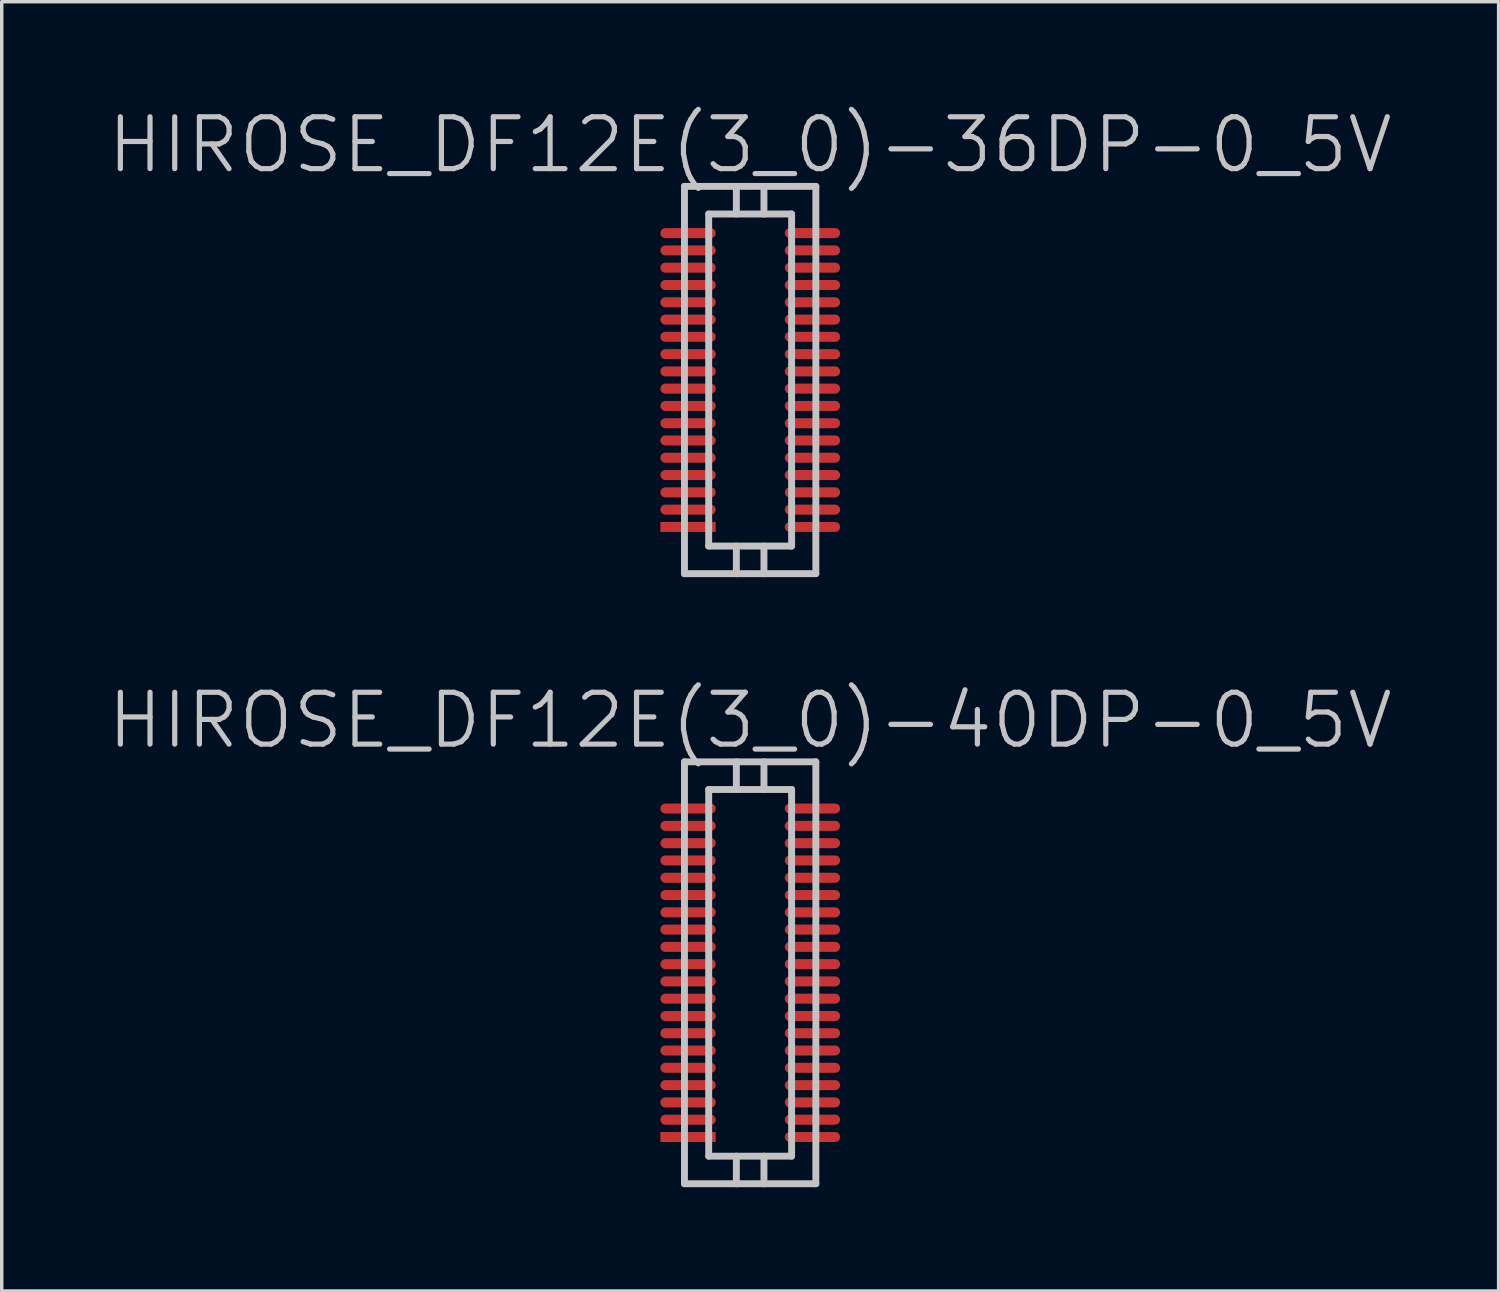
<source format=kicad_pcb>
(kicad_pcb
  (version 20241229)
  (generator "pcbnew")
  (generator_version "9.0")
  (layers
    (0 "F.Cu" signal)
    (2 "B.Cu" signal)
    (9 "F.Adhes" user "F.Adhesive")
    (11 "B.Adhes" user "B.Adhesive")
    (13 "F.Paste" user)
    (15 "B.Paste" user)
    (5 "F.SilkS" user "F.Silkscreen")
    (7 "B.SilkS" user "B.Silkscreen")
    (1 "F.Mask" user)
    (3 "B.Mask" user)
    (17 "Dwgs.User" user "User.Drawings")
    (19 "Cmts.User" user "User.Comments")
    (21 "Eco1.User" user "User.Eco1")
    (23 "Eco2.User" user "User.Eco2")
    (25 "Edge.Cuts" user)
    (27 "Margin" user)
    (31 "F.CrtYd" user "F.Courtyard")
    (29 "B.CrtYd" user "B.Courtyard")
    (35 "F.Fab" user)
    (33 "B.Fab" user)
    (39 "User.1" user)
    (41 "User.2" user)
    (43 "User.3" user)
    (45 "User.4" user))
  (footprint "HIROSE_DF12E(3_0)-36DP-0_5V"
    (layer "F.Cu")
    (at 18.646 7.941)
    (property "Reference" "HIROSE_DF12E(3_0)-36DP-0_5V" (at 0 -6.8 180) (layer "Dwgs.User") (effects (font (size 1.5 1.5) (thickness 0.15))))
    (attr smd)
    (fp_line (start -1.9 5.601) (end -1.9 -5.601) (stroke (width 0.2) (type solid)) (layer "Dwgs.User"))
    (fp_line (start -1.9 5.601) (end 1.9 5.601) (stroke (width 0.2) (type solid)) (layer "Dwgs.User"))
    (fp_line (start -1.199 -4.801) (end -1.199 4.801) (stroke (width 0.2) (type solid)) (layer "Dwgs.User"))
    (fp_line (start -1.199 -4.801) (end 1.199 -4.801) (stroke (width 0.2) (type solid)) (layer "Dwgs.User"))
    (fp_line (start -0.399 -4.801) (end -0.399 -5.601) (stroke (width 0.2) (type solid)) (layer "Dwgs.User"))
    (fp_line (start -0.399 5.603) (end -0.399 4.803) (stroke (width 0.2) (type solid)) (layer "Dwgs.User"))
    (fp_line (start 0.399 -4.801) (end 0.399 -5.601) (stroke (width 0.2) (type solid)) (layer "Dwgs.User"))
    (fp_line (start 0.399 4.803) (end 0.399 5.603) (stroke (width 0.2) (type solid)) (layer "Dwgs.User"))
    (fp_line (start 1.199 4.801) (end 1.199 -4.801) (stroke (width 0.2) (type solid)) (layer "Dwgs.User"))
    (fp_line (start 1.199 4.803) (end -1.199 4.803) (stroke (width 0.2) (type solid)) (layer "Dwgs.User"))
    (fp_line (start 1.9 -5.601) (end -1.9 -5.601) (stroke (width 0.2) (type solid)) (layer "Dwgs.User"))
    (fp_line (start 1.9 -5.601) (end 1.9 5.601) (stroke (width 0.2) (type solid)) (layer "Dwgs.User"))
    (pad "1" smd rect (at -1.796 4.249 270) (size 0.29 1.6) (layers "F.Cu" "F.Mask" "F.Paste"))
    (pad "2" smd oval (at -1.796 3.749 270) (size 0.29 1.6) (layers "F.Cu" "F.Mask" "F.Paste"))
    (pad "3" smd oval (at -1.796 3.249 270) (size 0.29 1.6) (layers "F.Cu" "F.Mask" "F.Paste"))
    (pad "4" smd oval (at -1.796 2.748 270) (size 0.29 1.6) (layers "F.Cu" "F.Mask" "F.Paste"))
    (pad "5" smd oval (at -1.796 2.248 270) (size 0.29 1.6) (layers "F.Cu" "F.Mask" "F.Paste"))
    (pad "6" smd oval (at -1.796 1.748 270) (size 0.29 1.6) (layers "F.Cu" "F.Mask" "F.Paste"))
    (pad "7" smd oval (at -1.796 1.25 270) (size 0.29 1.6) (layers "F.Cu" "F.Mask" "F.Paste"))
    (pad "8" smd oval (at -1.796 0.749 270) (size 0.29 1.6) (layers "F.Cu" "F.Mask" "F.Paste"))
    (pad "9" smd oval (at -1.796 0.249 270) (size 0.29 1.6) (layers "F.Cu" "F.Mask" "F.Paste"))
    (pad "10" smd oval (at -1.796 -0.249 270) (size 0.29 1.6) (layers "F.Cu" "F.Mask" "F.Paste"))
    (pad "11" smd oval (at -1.796 -0.749 270) (size 0.29 1.6) (layers "F.Cu" "F.Mask" "F.Paste"))
    (pad "12" smd oval (at -1.796 -1.25 270) (size 0.29 1.6) (layers "F.Cu" "F.Mask" "F.Paste"))
    (pad "13" smd oval (at -1.796 -1.748 270) (size 0.29 1.6) (layers "F.Cu" "F.Mask" "F.Paste"))
    (pad "14" smd oval (at -1.796 -2.248 270) (size 0.29 1.6) (layers "F.Cu" "F.Mask" "F.Paste"))
    (pad "15" smd oval (at -1.796 -2.748 270) (size 0.29 1.6) (layers "F.Cu" "F.Mask" "F.Paste"))
    (pad "16" smd oval (at -1.796 -3.249 270) (size 0.29 1.6) (layers "F.Cu" "F.Mask" "F.Paste"))
    (pad "17" smd oval (at -1.796 -3.749 270) (size 0.29 1.6) (layers "F.Cu" "F.Mask" "F.Paste"))
    (pad "18" smd oval (at -1.796 -4.249 270) (size 0.29 1.6) (layers "F.Cu" "F.Mask" "F.Paste"))
    (pad "19" smd oval (at 1.801 -4.249 270) (size 0.29 1.6) (layers "F.Cu" "F.Mask" "F.Paste"))
    (pad "20" smd oval (at 1.801 -3.749 270) (size 0.29 1.6) (layers "F.Cu" "F.Mask" "F.Paste"))
    (pad "21" smd oval (at 1.801 -3.249 270) (size 0.29 1.6) (layers "F.Cu" "F.Mask" "F.Paste"))
    (pad "22" smd oval (at 1.801 -2.748 270) (size 0.29 1.6) (layers "F.Cu" "F.Mask" "F.Paste"))
    (pad "23" smd oval (at 1.801 -2.248 270) (size 0.29 1.6) (layers "F.Cu" "F.Mask" "F.Paste"))
    (pad "24" smd oval (at 1.801 -1.748 270) (size 0.29 1.6) (layers "F.Cu" "F.Mask" "F.Paste"))
    (pad "25" smd oval (at 1.801 -1.25 270) (size 0.29 1.6) (layers "F.Cu" "F.Mask" "F.Paste"))
    (pad "26" smd oval (at 1.801 -0.749 270) (size 0.29 1.6) (layers "F.Cu" "F.Mask" "F.Paste"))
    (pad "27" smd oval (at 1.801 -0.249 270) (size 0.29 1.6) (layers "F.Cu" "F.Mask" "F.Paste"))
    (pad "28" smd oval (at 1.801 0.249 270) (size 0.29 1.6) (layers "F.Cu" "F.Mask" "F.Paste"))
    (pad "29" smd oval (at 1.801 0.749 270) (size 0.29 1.6) (layers "F.Cu" "F.Mask" "F.Paste"))
    (pad "30" smd oval (at 1.801 1.25 270) (size 0.29 1.6) (layers "F.Cu" "F.Mask" "F.Paste"))
    (pad "31" smd oval (at 1.801 1.748 270) (size 0.29 1.6) (layers "F.Cu" "F.Mask" "F.Paste"))
    (pad "32" smd oval (at 1.801 2.248 270) (size 0.29 1.6) (layers "F.Cu" "F.Mask" "F.Paste"))
    (pad "33" smd oval (at 1.801 2.748 270) (size 0.29 1.6) (layers "F.Cu" "F.Mask" "F.Paste"))
    (pad "34" smd oval (at 1.801 3.249 270) (size 0.29 1.6) (layers "F.Cu" "F.Mask" "F.Paste"))
    (pad "35" smd oval (at 1.801 3.749 270) (size 0.29 1.6) (layers "F.Cu" "F.Mask" "F.Paste"))
    (pad "36" smd oval (at 1.801 4.249 270) (size 0.29 1.6) (layers "F.Cu" "F.Mask" "F.Paste")))
  (footprint "HIROSE_DF12E(3_0)-40DP-0_5V"
    (layer "F.Cu")
    (at 18.646 25.085)
    (property "Reference" "HIROSE_DF12E(3_0)-40DP-0_5V" (at 0 -7.3 180) (layer "Dwgs.User") (effects (font (size 1.5 1.5) (thickness 0.15))))
    (attr smd)
    (fp_line (start -1.9 -6.101) (end -1.9 6.101) (stroke (width 0.2) (type solid)) (layer "Dwgs.User"))
    (fp_line (start -1.9 6.101) (end 1.9 6.101) (stroke (width 0.2) (type solid)) (layer "Dwgs.User"))
    (fp_line (start -1.199 -5.301) (end 1.199 -5.301) (stroke (width 0.2) (type solid)) (layer "Dwgs.User"))
    (fp_line (start -1.199 5.301) (end -1.199 -5.301) (stroke (width 0.2) (type solid)) (layer "Dwgs.User"))
    (fp_line (start -0.399 -5.301) (end -0.399 -6.101) (stroke (width 0.2) (type solid)) (layer "Dwgs.User"))
    (fp_line (start -0.399 6.104) (end -0.399 5.304) (stroke (width 0.2) (type solid)) (layer "Dwgs.User"))
    (fp_line (start 0.399 -5.301) (end 0.399 -6.101) (stroke (width 0.2) (type solid)) (layer "Dwgs.User"))
    (fp_line (start 0.399 5.304) (end 0.399 6.104) (stroke (width 0.2) (type solid)) (layer "Dwgs.User"))
    (fp_line (start 1.199 -5.301) (end 1.199 5.301) (stroke (width 0.2) (type solid)) (layer "Dwgs.User"))
    (fp_line (start 1.199 5.304) (end -1.199 5.304) (stroke (width 0.2) (type solid)) (layer "Dwgs.User"))
    (fp_line (start 1.9 -6.101) (end -1.9 -6.101) (stroke (width 0.2) (type solid)) (layer "Dwgs.User"))
    (fp_line (start 1.9 6.101) (end 1.9 -6.101) (stroke (width 0.2) (type solid)) (layer "Dwgs.User"))
    (pad "1" smd rect (at -1.796 4.75 270) (size 0.29 1.6) (layers "F.Cu" "F.Mask" "F.Paste"))
    (pad "2" smd oval (at -1.796 4.249 270) (size 0.29 1.6) (layers "F.Cu" "F.Mask" "F.Paste"))
    (pad "3" smd oval (at -1.796 3.749 270) (size 0.29 1.6) (layers "F.Cu" "F.Mask" "F.Paste"))
    (pad "4" smd oval (at -1.796 3.249 270) (size 0.29 1.6) (layers "F.Cu" "F.Mask" "F.Paste"))
    (pad "5" smd oval (at -1.796 2.748 270) (size 0.29 1.6) (layers "F.Cu" "F.Mask" "F.Paste"))
    (pad "6" smd oval (at -1.796 2.248 270) (size 0.29 1.6) (layers "F.Cu" "F.Mask" "F.Paste"))
    (pad "7" smd oval (at -1.796 1.748 270) (size 0.29 1.6) (layers "F.Cu" "F.Mask" "F.Paste"))
    (pad "8" smd oval (at -1.796 1.25 270) (size 0.29 1.6) (layers "F.Cu" "F.Mask" "F.Paste"))
    (pad "9" smd oval (at -1.796 0.749 270) (size 0.29 1.6) (layers "F.Cu" "F.Mask" "F.Paste"))
    (pad "10" smd oval (at -1.796 0.249 270) (size 0.29 1.6) (layers "F.Cu" "F.Mask" "F.Paste"))
    (pad "11" smd oval (at -1.796 -0.249 270) (size 0.29 1.6) (layers "F.Cu" "F.Mask" "F.Paste"))
    (pad "12" smd oval (at -1.796 -0.749 270) (size 0.29 1.6) (layers "F.Cu" "F.Mask" "F.Paste"))
    (pad "13" smd oval (at -1.796 -1.25 270) (size 0.29 1.6) (layers "F.Cu" "F.Mask" "F.Paste"))
    (pad "14" smd oval (at -1.796 -1.748 270) (size 0.29 1.6) (layers "F.Cu" "F.Mask" "F.Paste"))
    (pad "15" smd oval (at -1.796 -2.248 270) (size 0.29 1.6) (layers "F.Cu" "F.Mask" "F.Paste"))
    (pad "16" smd oval (at -1.796 -2.748 270) (size 0.29 1.6) (layers "F.Cu" "F.Mask" "F.Paste"))
    (pad "17" smd oval (at -1.796 -3.249 270) (size 0.29 1.6) (layers "F.Cu" "F.Mask" "F.Paste"))
    (pad "18" smd oval (at -1.796 -3.749 270) (size 0.29 1.6) (layers "F.Cu" "F.Mask" "F.Paste"))
    (pad "19" smd oval (at -1.796 -4.249 270) (size 0.29 1.6) (layers "F.Cu" "F.Mask" "F.Paste"))
    (pad "20" smd oval (at -1.796 -4.75 270) (size 0.29 1.6) (layers "F.Cu" "F.Mask" "F.Paste"))
    (pad "21" smd oval (at 1.801 -4.75 270) (size 0.29 1.6) (layers "F.Cu" "F.Mask" "F.Paste"))
    (pad "22" smd oval (at 1.801 -4.249 270) (size 0.29 1.6) (layers "F.Cu" "F.Mask" "F.Paste"))
    (pad "23" smd oval (at 1.801 -3.749 270) (size 0.29 1.6) (layers "F.Cu" "F.Mask" "F.Paste"))
    (pad "24" smd oval (at 1.801 -3.249 270) (size 0.29 1.6) (layers "F.Cu" "F.Mask" "F.Paste"))
    (pad "25" smd oval (at 1.801 -2.748 270) (size 0.29 1.6) (layers "F.Cu" "F.Mask" "F.Paste"))
    (pad "26" smd oval (at 1.801 -2.248 270) (size 0.29 1.6) (layers "F.Cu" "F.Mask" "F.Paste"))
    (pad "27" smd oval (at 1.801 -1.748 270) (size 0.29 1.6) (layers "F.Cu" "F.Mask" "F.Paste"))
    (pad "28" smd oval (at 1.801 -1.25 270) (size 0.29 1.6) (layers "F.Cu" "F.Mask" "F.Paste"))
    (pad "29" smd oval (at 1.801 -0.749 270) (size 0.29 1.6) (layers "F.Cu" "F.Mask" "F.Paste"))
    (pad "30" smd oval (at 1.801 -0.249 270) (size 0.29 1.6) (layers "F.Cu" "F.Mask" "F.Paste"))
    (pad "31" smd oval (at 1.801 0.249 270) (size 0.29 1.6) (layers "F.Cu" "F.Mask" "F.Paste"))
    (pad "32" smd oval (at 1.801 0.749 270) (size 0.29 1.6) (layers "F.Cu" "F.Mask" "F.Paste"))
    (pad "33" smd oval (at 1.801 1.25 270) (size 0.29 1.6) (layers "F.Cu" "F.Mask" "F.Paste"))
    (pad "34" smd oval (at 1.801 1.748 270) (size 0.29 1.6) (layers "F.Cu" "F.Mask" "F.Paste"))
    (pad "35" smd oval (at 1.801 2.248 270) (size 0.29 1.6) (layers "F.Cu" "F.Mask" "F.Paste"))
    (pad "36" smd oval (at 1.801 2.748 270) (size 0.29 1.6) (layers "F.Cu" "F.Mask" "F.Paste"))
    (pad "37" smd oval (at 1.801 3.249 270) (size 0.29 1.6) (layers "F.Cu" "F.Mask" "F.Paste"))
    (pad "38" smd oval (at 1.801 3.749 270) (size 0.29 1.6) (layers "F.Cu" "F.Mask" "F.Paste"))
    (pad "39" smd oval (at 1.801 4.249 270) (size 0.29 1.6) (layers "F.Cu" "F.Mask" "F.Paste"))
    (pad "40" smd oval (at 1.801 4.75 270) (size 0.29 1.6) (layers "F.Cu" "F.Mask" "F.Paste")))
  (gr_rect
    (start -3 -3)
    (end 40.293 34.288)
    (stroke (width 0.1) (type default))
    (fill no)
    (layer "Edge.Cuts")))
</source>
